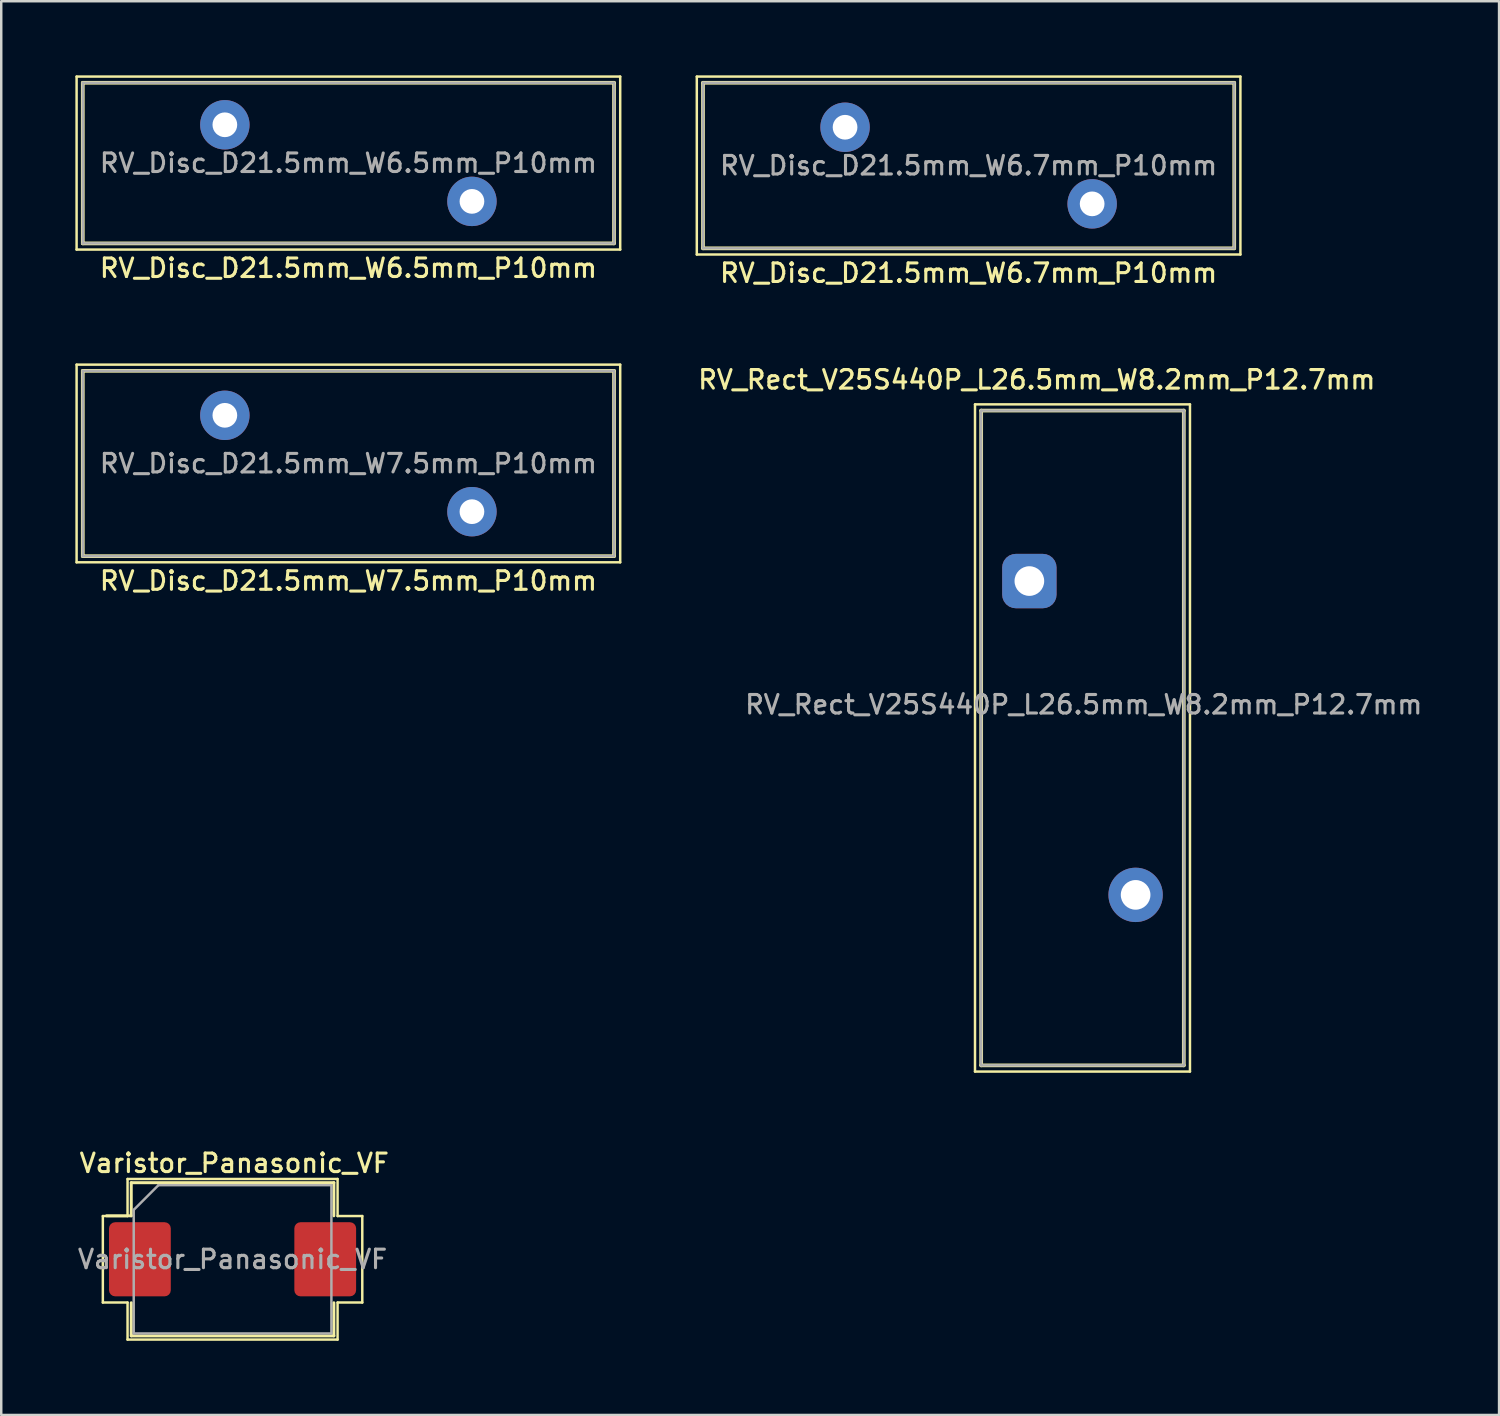
<source format=kicad_pcb>
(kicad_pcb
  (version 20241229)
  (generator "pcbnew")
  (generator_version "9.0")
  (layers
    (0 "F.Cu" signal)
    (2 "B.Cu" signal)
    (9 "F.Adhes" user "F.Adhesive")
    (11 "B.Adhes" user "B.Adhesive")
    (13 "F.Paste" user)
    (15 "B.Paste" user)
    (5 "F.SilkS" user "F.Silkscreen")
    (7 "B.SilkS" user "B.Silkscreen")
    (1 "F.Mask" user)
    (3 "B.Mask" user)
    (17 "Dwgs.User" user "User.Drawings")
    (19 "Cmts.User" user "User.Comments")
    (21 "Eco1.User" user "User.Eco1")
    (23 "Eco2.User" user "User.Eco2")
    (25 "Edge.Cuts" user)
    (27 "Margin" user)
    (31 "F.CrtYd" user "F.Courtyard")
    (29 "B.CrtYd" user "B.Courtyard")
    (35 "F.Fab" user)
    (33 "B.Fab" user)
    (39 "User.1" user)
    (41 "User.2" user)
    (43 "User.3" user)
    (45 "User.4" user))
  (footprint "RV_Disc_D21.5mm_W6.7mm_P10mm"
    (layer "F.Cu")
    (at 31.15 2.1)
    (property "Reference" "RV_Disc_D21.5mm_W6.7mm_P10mm" (at 5 5.9 0) (layer "F.SilkS") (effects (font (size 0.75 0.75) (thickness 0.125))))
    (attr through_hole)
    (fp_line (start -6 -2.05) (end -6 5.15) (stroke (width 0.1) (type solid)) (layer "F.SilkS"))
    (fp_line (start -6 -2.05) (end 16 -2.05) (stroke (width 0.1) (type solid)) (layer "F.SilkS"))
    (fp_line (start -6 5.15) (end 16 5.15) (stroke (width 0.1) (type solid)) (layer "F.SilkS"))
    (fp_line (start -5.75 -1.8) (end -5.75 4.9) (stroke (width 0.15) (type solid)) (layer "F.SilkS"))
    (fp_line (start -5.75 -1.8) (end 15.75 -1.8) (stroke (width 0.15) (type solid)) (layer "F.SilkS"))
    (fp_line (start -5.75 4.9) (end 15.75 4.9) (stroke (width 0.15) (type solid)) (layer "F.SilkS"))
    (fp_line (start 15.75 -1.8) (end 15.75 4.9) (stroke (width 0.15) (type solid)) (layer "F.SilkS"))
    (fp_line (start 16 -2.05) (end 16 5.15) (stroke (width 0.1) (type solid)) (layer "F.SilkS"))
    (fp_line (start -5.75 -1.8) (end -5.75 4.9) (stroke (width 0.1) (type solid)) (layer "F.Fab"))
    (fp_line (start -5.75 -1.8) (end 15.75 -1.8) (stroke (width 0.1) (type solid)) (layer "F.Fab"))
    (fp_line (start -5.75 4.9) (end 15.75 4.9) (stroke (width 0.1) (type solid)) (layer "F.Fab"))
    (fp_line (start 15.75 -1.8) (end 15.75 4.9) (stroke (width 0.1) (type solid)) (layer "F.Fab"))
    (fp_text user "${REFERENCE}" (at 5 1.55 0) (layer "F.Fab") (effects (font (size 0.75 0.75) (thickness 0.125))))
    (pad "1" thru_hole circle (at 0 0) (size 2 2) (drill 1) (layers "*.Cu" "*.Mask"))
    (pad "2" thru_hole circle (at 10 3.1) (size 2 2) (drill 1) (layers "*.Cu" "*.Mask")))
  (footprint "Varistor_Panasonic_VF"
    (layer "F.Cu")
    (at 6.362 47.914)
    (property "Reference" "Varistor_Panasonic_VF" (at 0.07 -3.89 0) (layer "F.SilkS") (effects (font (size 0.75 0.75) (thickness 0.125))))
    (attr smd)
    (fp_line (start -5.25 -1.75) (end -4.25 -1.75) (stroke (width 0.1) (type default)) (layer "F.SilkS"))
    (fp_line (start -5.25 1.75) (end -5.25 -1.75) (stroke (width 0.1) (type default)) (layer "F.SilkS"))
    (fp_line (start -4.25 -3.25) (end 4.25 -3.25) (stroke (width 0.1) (type default)) (layer "F.SilkS"))
    (fp_line (start -4.25 -1.75) (end -4.25 -3.25) (stroke (width 0.1) (type default)) (layer "F.SilkS"))
    (fp_line (start -4.25 1.75) (end -5.25 1.75) (stroke (width 0.1) (type default)) (layer "F.SilkS"))
    (fp_line (start -4.25 3.25) (end -4.25 1.75) (stroke (width 0.1) (type default)) (layer "F.SilkS"))
    (fp_line (start -4.1 -3.1) (end 4.1 -3.1) (stroke (width 0.12) (type solid)) (layer "F.SilkS"))
    (fp_line (start -4.1 -1.76) (end -5.1 -1.76) (stroke (width 0.12) (type default)) (layer "F.SilkS"))
    (fp_line (start -4.1 -1.76) (end -4.1 -3.1) (stroke (width 0.12) (type solid)) (layer "F.SilkS"))
    (fp_line (start -4.1 1.76) (end -4.1 3.1) (stroke (width 0.12) (type solid)) (layer "F.SilkS"))
    (fp_line (start -4.1 3.1) (end 4.1 3.1) (stroke (width 0.12) (type solid)) (layer "F.SilkS"))
    (fp_line (start 4.1 -3.1) (end 4.1 -1.76) (stroke (width 0.12) (type solid)) (layer "F.SilkS"))
    (fp_line (start 4.1 3.1) (end 4.1 1.76) (stroke (width 0.12) (type solid)) (layer "F.SilkS"))
    (fp_line (start 4.25 -3.25) (end 4.25 -1.75) (stroke (width 0.1) (type default)) (layer "F.SilkS"))
    (fp_line (start 4.25 -1.75) (end 5.25 -1.75) (stroke (width 0.1) (type default)) (layer "F.SilkS"))
    (fp_line (start 4.25 1.75) (end 4.25 3.25) (stroke (width 0.1) (type default)) (layer "F.SilkS"))
    (fp_line (start 4.25 3.25) (end -4.25 3.25) (stroke (width 0.1) (type default)) (layer "F.SilkS"))
    (fp_line (start 5.25 -1.75) (end 5.25 1.75) (stroke (width 0.1) (type default)) (layer "F.SilkS"))
    (fp_line (start 5.25 1.75) (end 4.25 1.75) (stroke (width 0.1) (type default)) (layer "F.SilkS"))
    (fp_line (start -4 -2) (end -3 -3) (stroke (width 0.1) (type default)) (layer "F.Fab"))
    (fp_line (start -4 3) (end -4 -2) (stroke (width 0.1) (type solid)) (layer "F.Fab"))
    (fp_line (start -3 -3) (end 4 -3) (stroke (width 0.1) (type solid)) (layer "F.Fab"))
    (fp_line (start 4 -3) (end 4 3) (stroke (width 0.1) (type solid)) (layer "F.Fab"))
    (fp_line (start 4 3) (end -4 3) (stroke (width 0.1) (type solid)) (layer "F.Fab"))
    (fp_text user "${REFERENCE}" (at 0 0 0) (layer "F.Fab") (effects (font (size 0.75 0.75) (thickness 0.125))))
    (pad "1" smd roundrect (at -3.75 0) (size 2.5 3) (layers "F.Cu" "F.Mask" "F.Paste") (roundrect_rratio 0.1))
    (pad "2" smd roundrect (at 3.75 0) (size 2.5 3) (layers "F.Cu" "F.Mask" "F.Paste") (roundrect_rratio 0.1)))
  (footprint "RV_Disc_D21.5mm_W7.5mm_P10mm"
    (layer "F.Cu")
    (at 6.05 13.758)
    (property "Reference" "RV_Disc_D21.5mm_W7.5mm_P10mm" (at 5 6.7 0) (layer "F.SilkS") (effects (font (size 0.75 0.75) (thickness 0.125))))
    (attr through_hole)
    (fp_line (start -6 -2.05) (end -6 5.95) (stroke (width 0.1) (type solid)) (layer "F.SilkS"))
    (fp_line (start -6 -2.05) (end 16 -2.05) (stroke (width 0.1) (type solid)) (layer "F.SilkS"))
    (fp_line (start -6 5.95) (end 16 5.95) (stroke (width 0.1) (type solid)) (layer "F.SilkS"))
    (fp_line (start -5.75 -1.8) (end -5.75 5.7) (stroke (width 0.15) (type solid)) (layer "F.SilkS"))
    (fp_line (start -5.75 -1.8) (end 15.75 -1.8) (stroke (width 0.15) (type solid)) (layer "F.SilkS"))
    (fp_line (start -5.75 5.7) (end 15.75 5.7) (stroke (width 0.15) (type solid)) (layer "F.SilkS"))
    (fp_line (start 15.75 -1.8) (end 15.75 5.7) (stroke (width 0.15) (type solid)) (layer "F.SilkS"))
    (fp_line (start 16 -2.05) (end 16 5.95) (stroke (width 0.1) (type solid)) (layer "F.SilkS"))
    (fp_line (start -5.75 -1.8) (end -5.75 5.7) (stroke (width 0.1) (type solid)) (layer "F.Fab"))
    (fp_line (start -5.75 -1.8) (end 15.75 -1.8) (stroke (width 0.1) (type solid)) (layer "F.Fab"))
    (fp_line (start -5.75 5.7) (end 15.75 5.7) (stroke (width 0.1) (type solid)) (layer "F.Fab"))
    (fp_line (start 15.75 -1.8) (end 15.75 5.7) (stroke (width 0.1) (type solid)) (layer "F.Fab"))
    (fp_text user "${REFERENCE}" (at 5 1.95 0) (layer "F.Fab") (effects (font (size 0.75 0.75) (thickness 0.125))))
    (pad "1" thru_hole circle (at 0 0) (size 2 2) (drill 1) (layers "*.Cu" "*.Mask"))
    (pad "2" thru_hole circle (at 10 3.9) (size 2 2) (drill 1) (layers "*.Cu" "*.Mask")))
  (footprint "RV_Rect_V25S440P_L26.5mm_W8.2mm_P12.7mm"
    (layer "F.Cu")
    (at 38.609 20.466)
    (property "Reference" "RV_Rect_V25S440P_L26.5mm_W8.2mm_P12.7mm" (at 0.3 -8.15 0) (unlocked yes) (layer "F.SilkS") (effects (font (size 0.75 0.75) (thickness 0.125))))
    (attr through_hole)
    (fp_line (start -2.2 -7.15) (end -2.2 19.85) (stroke (width 0.1) (type solid)) (layer "F.SilkS"))
    (fp_line (start -1.95 -6.9) (end -1.95 19.6) (stroke (width 0.15) (type solid)) (layer "F.SilkS"))
    (fp_line (start 6.25 -6.9) (end -1.95 -6.9) (stroke (width 0.15) (type solid)) (layer "F.SilkS"))
    (fp_line (start 6.25 -6.9) (end 6.25 19.6) (stroke (width 0.15) (type solid)) (layer "F.SilkS"))
    (fp_line (start 6.25 19.6) (end -1.95 19.6) (stroke (width 0.15) (type solid)) (layer "F.SilkS"))
    (fp_line (start 6.5 -7.15) (end -2.2 -7.15) (stroke (width 0.1) (type solid)) (layer "F.SilkS"))
    (fp_line (start 6.5 -7.15) (end 6.5 19.85) (stroke (width 0.1) (type solid)) (layer "F.SilkS"))
    (fp_line (start 6.5 19.85) (end -2.2 19.85) (stroke (width 0.1) (type solid)) (layer "F.SilkS"))
    (fp_line (start -1.95 -6.9) (end -1.95 19.6) (stroke (width 0.1) (type solid)) (layer "F.Fab"))
    (fp_line (start 6.25 -6.9) (end -1.95 -6.9) (stroke (width 0.1) (type solid)) (layer "F.Fab"))
    (fp_line (start 6.25 -6.9) (end 6.25 19.6) (stroke (width 0.1) (type solid)) (layer "F.Fab"))
    (fp_line (start 6.25 19.6) (end -1.95 19.6) (stroke (width 0.1) (type solid)) (layer "F.Fab"))
    (fp_text user "${REFERENCE}" (at 2.2 5 0) (layer "F.Fab") (effects (font (size 0.75 0.75) (thickness 0.125))))
    (pad "1" thru_hole roundrect (at 0 0) (size 2.2 2.2) (drill 1.2) (layers "*.Cu" "*.Mask") (roundrect_rratio 0.25))
    (pad "2" thru_hole circle (at 4.3 12.7) (size 2.2 2.2) (drill 1.2) (layers "*.Cu" "*.Mask")))
  (footprint "RV_Disc_D21.5mm_W6.5mm_P10mm"
    (layer "F.Cu")
    (at 6.05 2)
    (property "Reference" "RV_Disc_D21.5mm_W6.5mm_P10mm" (at 5 5.8 0) (layer "F.SilkS") (effects (font (size 0.75 0.75) (thickness 0.125))))
    (attr through_hole)
    (fp_line (start -6 -1.95) (end -6 5.05) (stroke (width 0.1) (type solid)) (layer "F.SilkS"))
    (fp_line (start -6 -1.95) (end 16 -1.95) (stroke (width 0.1) (type solid)) (layer "F.SilkS"))
    (fp_line (start -6 5.05) (end 16 5.05) (stroke (width 0.1) (type solid)) (layer "F.SilkS"))
    (fp_line (start -5.75 -1.7) (end -5.75 4.8) (stroke (width 0.15) (type solid)) (layer "F.SilkS"))
    (fp_line (start -5.75 -1.7) (end 15.75 -1.7) (stroke (width 0.15) (type solid)) (layer "F.SilkS"))
    (fp_line (start -5.75 4.8) (end 15.75 4.8) (stroke (width 0.15) (type solid)) (layer "F.SilkS"))
    (fp_line (start 15.75 -1.7) (end 15.75 4.8) (stroke (width 0.15) (type solid)) (layer "F.SilkS"))
    (fp_line (start 16 -1.95) (end 16 5.05) (stroke (width 0.1) (type solid)) (layer "F.SilkS"))
    (fp_line (start -5.75 -1.7) (end -5.75 4.8) (stroke (width 0.1) (type solid)) (layer "F.Fab"))
    (fp_line (start -5.75 -1.7) (end 15.75 -1.7) (stroke (width 0.1) (type solid)) (layer "F.Fab"))
    (fp_line (start -5.75 4.8) (end 15.75 4.8) (stroke (width 0.1) (type solid)) (layer "F.Fab"))
    (fp_line (start 15.75 -1.7) (end 15.75 4.8) (stroke (width 0.1) (type solid)) (layer "F.Fab"))
    (fp_text user "${REFERENCE}" (at 5 1.55 0) (layer "F.Fab") (effects (font (size 0.75 0.75) (thickness 0.125))))
    (pad "1" thru_hole circle (at 0 0) (size 2 2) (drill 1) (layers "*.Cu" "*.Mask"))
    (pad "2" thru_hole circle (at 10 3.1) (size 2 2) (drill 1) (layers "*.Cu" "*.Mask")))
  (gr_rect
    (start -3 -3)
    (end 57.618 54.214)
    (stroke (width 0.1) (type default))
    (fill no)
    (layer "Edge.Cuts")))
</source>
